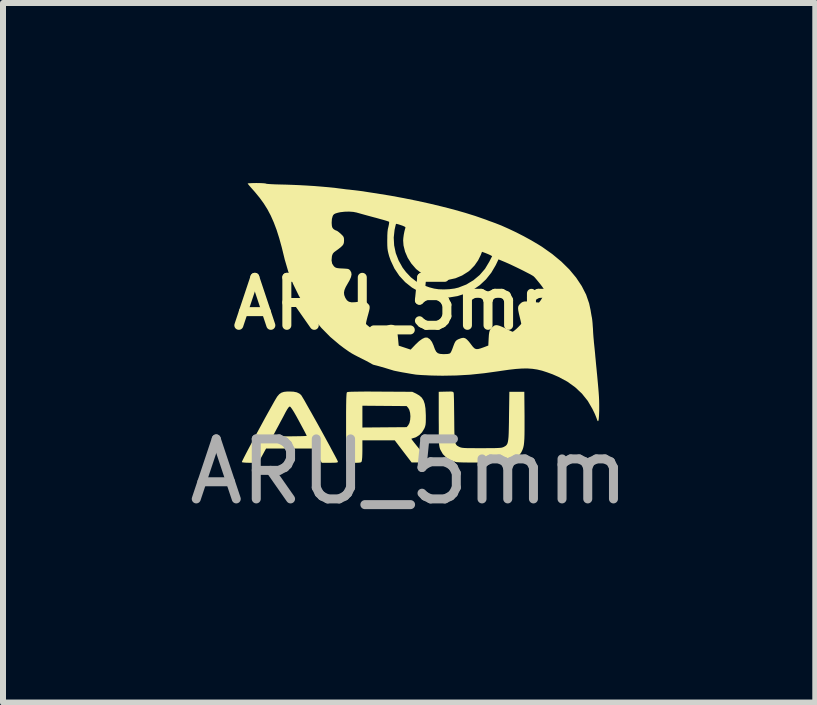
<source format=kicad_pcb>
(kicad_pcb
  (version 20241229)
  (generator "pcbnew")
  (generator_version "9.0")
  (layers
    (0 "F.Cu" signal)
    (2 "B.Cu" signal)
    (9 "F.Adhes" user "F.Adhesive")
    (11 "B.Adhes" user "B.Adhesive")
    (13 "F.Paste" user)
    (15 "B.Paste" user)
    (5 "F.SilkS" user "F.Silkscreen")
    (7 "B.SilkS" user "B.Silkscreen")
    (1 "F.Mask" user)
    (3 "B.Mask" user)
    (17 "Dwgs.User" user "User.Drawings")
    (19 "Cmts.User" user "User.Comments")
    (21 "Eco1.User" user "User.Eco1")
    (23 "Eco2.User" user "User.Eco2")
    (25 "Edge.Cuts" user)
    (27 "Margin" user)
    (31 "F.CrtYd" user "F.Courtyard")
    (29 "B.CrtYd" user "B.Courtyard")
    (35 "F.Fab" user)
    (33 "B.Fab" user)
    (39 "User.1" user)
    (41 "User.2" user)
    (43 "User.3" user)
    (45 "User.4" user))
  (footprint "ARU_5mm"
    (layer "F.Cu")
    (at 3.768 2.409)
    (property "Reference" "ARU_5mm" (at 0 -0.4 0) (unlocked yes) (layer "F.SilkS") (effects (font (size 0.8 0.8) (thickness 0.15))))
    (attr smd board_only exclude_from_pos_files exclude_from_bom allow_missing_courtyard)
    (fp_poly (pts (xy -1.927 1.068) (xy -1.872 1.079) (xy -1.83 1.099) (xy -1.801 1.123) (xy -1.791 1.138) (xy -1.771 1.171) (xy -1.743 1.218) (xy -1.709 1.279) (xy -1.669 1.35) (xy -1.624 1.429) (xy -1.576 1.515) (xy -1.526 1.604) (xy -1.475 1.696) (xy -1.425 1.787) (xy -1.377 1.875) (xy -1.331 1.959) (xy -1.29 2.036) (xy -1.254 2.103) (xy -1.224 2.159) (xy -1.202 2.201) (xy -1.19 2.227) (xy -1.187 2.235) (xy -1.19 2.243) (xy -1.202 2.248) (xy -1.226 2.251) (xy -1.265 2.252) (xy -1.322 2.253) (xy -1.456 2.253) (xy -1.522 2.134) (xy -1.588 2.015) (xy -1.986 2.015) (xy -2.384 2.015) (xy -2.449 2.134) (xy -2.514 2.253) (xy -2.647 2.253) (xy -2.706 2.252) (xy -2.751 2.249) (xy -2.78 2.245) (xy -2.788 2.241) (xy -2.784 2.229) (xy -2.77 2.2) (xy -2.748 2.156) (xy -2.718 2.098) (xy -2.682 2.029) (xy -2.641 1.952) (xy -2.596 1.868) (xy -2.566 1.812) (xy -2.273 1.812) (xy -1.99 1.812) (xy -1.913 1.811) (xy -1.843 1.81) (xy -1.785 1.809) (xy -1.741 1.807) (xy -1.714 1.805) (xy -1.707 1.803) (xy -1.712 1.791) (xy -1.727 1.762) (xy -1.749 1.719) (xy -1.778 1.665) (xy -1.812 1.602) (xy -1.836 1.557) (xy -1.883 1.471) (xy -1.921 1.405) (xy -1.951 1.358) (xy -1.972 1.329) (xy -1.985 1.316) (xy -1.986 1.316) (xy -1.998 1.319) (xy -2.012 1.333) (xy -2.031 1.361) (xy -2.057 1.406) (xy -2.072 1.435) (xy -2.105 1.498) (xy -2.144 1.57) (xy -2.182 1.642) (xy -2.205 1.684) (xy -2.273 1.812) (xy -2.566 1.812) (xy -2.549 1.779) (xy -2.5 1.689) (xy -2.451 1.599) (xy -2.403 1.51) (xy -2.357 1.427) (xy -2.314 1.35) (xy -2.276 1.282) (xy -2.244 1.225) (xy -2.218 1.181) (xy -2.201 1.153) (xy -2.196 1.146) (xy -2.164 1.109) (xy -2.129 1.085) (xy -2.086 1.071) (xy -2.029 1.065) (xy -2 1.065)) (stroke (width 0) (type solid)) (fill yes) (layer "F.SilkS"))
    (fp_poly (pts (xy -0.64 1.066) (xy -0.51 1.067) (xy -0.483 1.067) (xy 0.052 1.07) (xy 0.116 1.1) (xy 0.169 1.131) (xy 0.21 1.167) (xy 0.24 1.214) (xy 0.26 1.273) (xy 0.272 1.347) (xy 0.277 1.44) (xy 0.278 1.466) (xy 0.278 1.531) (xy 0.277 1.579) (xy 0.274 1.613) (xy 0.268 1.641) (xy 0.26 1.665) (xy 0.251 1.685) (xy 0.215 1.744) (xy 0.167 1.793) (xy 0.111 1.828) (xy 0.087 1.836) (xy 0.057 1.845) (xy 0.039 1.851) (xy 0.037 1.853) (xy 0.042 1.862) (xy 0.06 1.886) (xy 0.088 1.922) (xy 0.125 1.968) (xy 0.167 2.02) (xy 0.177 2.033) (xy 0.221 2.088) (xy 0.26 2.137) (xy 0.291 2.179) (xy 0.312 2.21) (xy 0.322 2.227) (xy 0.322 2.228) (xy 0.321 2.236) (xy 0.311 2.242) (xy 0.292 2.245) (xy 0.257 2.247) (xy 0.205 2.247) (xy 0.182 2.247) (xy 0.041 2.247) (xy -0.1 2.063) (xy -0.24 1.879) (xy -0.51 1.879) (xy -0.779 1.879) (xy -0.779 2.044) (xy -0.78 2.106) (xy -0.782 2.16) (xy -0.786 2.202) (xy -0.79 2.227) (xy -0.791 2.231) (xy -0.799 2.241) (xy -0.812 2.248) (xy -0.836 2.251) (xy -0.875 2.253) (xy -0.913 2.253) (xy -0.973 2.251) (xy -1.015 2.247) (xy -1.036 2.24) (xy -1.037 2.239) (xy -1.041 2.23) (xy -1.043 2.209) (xy -1.046 2.174) (xy -1.047 2.124) (xy -1.049 2.058) (xy -1.05 1.974) (xy -1.05 1.872) (xy -1.051 1.749) (xy -1.051 1.658) (xy -1.051 1.527) (xy -1.051 1.417) (xy -1.05 1.326) (xy -1.05 1.302) (xy -0.779 1.302) (xy -0.779 1.483) (xy -0.779 1.665) (xy -0.411 1.662) (xy -0.042 1.659) (xy -0.016 1.629) (xy 0.005 1.59) (xy 0.017 1.537) (xy 0.021 1.478) (xy 0.016 1.42) (xy 0.002 1.369) (xy -0.016 1.338) (xy -0.042 1.308) (xy -0.411 1.305) (xy -0.779 1.302) (xy -1.05 1.302) (xy -1.049 1.252) (xy -1.048 1.194) (xy -1.046 1.15) (xy -1.044 1.118) (xy -1.042 1.096) (xy -1.039 1.083) (xy -1.035 1.077) (xy -1.035 1.077) (xy -1.025 1.074) (xy -1.001 1.071) (xy -0.963 1.069) (xy -0.909 1.068) (xy -0.838 1.067) (xy -0.749 1.066)) (stroke (width 0) (type solid)) (fill yes) (layer "F.SilkS"))
    (fp_poly (pts (xy 0.704 1.066) (xy 0.724 1.069) (xy 0.735 1.074) (xy 0.74 1.083) (xy 0.742 1.09) (xy 0.744 1.107) (xy 0.745 1.144) (xy 0.747 1.198) (xy 0.748 1.266) (xy 0.749 1.346) (xy 0.75 1.434) (xy 0.751 1.506) (xy 0.752 1.618) (xy 0.753 1.709) (xy 0.755 1.782) (xy 0.758 1.839) (xy 0.762 1.883) (xy 0.768 1.916) (xy 0.777 1.94) (xy 0.788 1.957) (xy 0.802 1.97) (xy 0.82 1.98) (xy 0.835 1.988) (xy 0.849 1.994) (xy 0.866 1.999) (xy 0.887 2.003) (xy 0.917 2.006) (xy 0.956 2.008) (xy 1.009 2.009) (xy 1.078 2.009) (xy 1.166 2.01) (xy 1.206 2.01) (xy 1.302 2.009) (xy 1.379 2.009) (xy 1.438 2.008) (xy 1.483 2.006) (xy 1.516 2.004) (xy 1.54 2.001) (xy 1.558 1.996) (xy 1.572 1.991) (xy 1.576 1.989) (xy 1.596 1.978) (xy 1.613 1.967) (xy 1.626 1.952) (xy 1.637 1.933) (xy 1.645 1.906) (xy 1.651 1.869) (xy 1.656 1.82) (xy 1.659 1.758) (xy 1.661 1.679) (xy 1.663 1.581) (xy 1.664 1.478) (xy 1.67 1.07) (xy 1.795 1.07) (xy 1.919 1.07) (xy 1.923 1.472) (xy 1.923 1.595) (xy 1.923 1.698) (xy 1.922 1.784) (xy 1.92 1.853) (xy 1.916 1.91) (xy 1.911 1.956) (xy 1.903 1.994) (xy 1.893 2.026) (xy 1.881 2.054) (xy 1.868 2.08) (xy 1.828 2.136) (xy 1.778 2.179) (xy 1.713 2.213) (xy 1.691 2.222) (xy 1.673 2.229) (xy 1.654 2.234) (xy 1.633 2.238) (xy 1.607 2.242) (xy 1.573 2.244) (xy 1.529 2.246) (xy 1.472 2.247) (xy 1.399 2.248) (xy 1.309 2.249) (xy 1.229 2.249) (xy 1.134 2.249) (xy 1.044 2.249) (xy 0.963 2.248) (xy 0.893 2.247) (xy 0.837 2.245) (xy 0.799 2.243) (xy 0.782 2.241) (xy 0.695 2.213) (xy 0.621 2.168) (xy 0.562 2.109) (xy 0.52 2.035) (xy 0.516 2.025) (xy 0.51 2.008) (xy 0.506 1.991) (xy 0.502 1.97) (xy 0.499 1.943) (xy 0.497 1.908) (xy 0.495 1.863) (xy 0.494 1.805) (xy 0.494 1.731) (xy 0.494 1.64) (xy 0.493 1.529) (xy 0.493 1.517) (xy 0.493 1.07) (xy 0.615 1.067) (xy 0.668 1.066)) (stroke (width 0) (type solid)) (fill yes) (layer "F.SilkS"))
    (fp_poly (pts (xy -2.483 -2.408) (xy -2.436 -2.406) (xy -2.403 -2.403) (xy -2.387 -2.4) (xy -2.386 -2.399) (xy -2.375 -2.396) (xy -2.345 -2.393) (xy -2.297 -2.39) (xy -2.236 -2.387) (xy -2.163 -2.385) (xy -2.082 -2.383) (xy -2.072 -2.383) (xy -1.958 -2.379) (xy -1.835 -2.374) (xy -1.707 -2.367) (xy -1.58 -2.359) (xy -1.457 -2.349) (xy -1.343 -2.339) (xy -1.242 -2.329) (xy -1.16 -2.318) (xy -1.158 -2.318) (xy -1.11 -2.312) (xy -1.05 -2.304) (xy -0.988 -2.298) (xy -0.966 -2.295) (xy -0.901 -2.288) (xy -0.828 -2.279) (xy -0.761 -2.27) (xy -0.745 -2.267) (xy -0.682 -2.257) (xy -0.61 -2.246) (xy -0.542 -2.236) (xy -0.525 -2.233) (xy -0.31 -2.198) (xy -0.093 -2.158) (xy 0.125 -2.114) (xy 0.339 -2.067) (xy 0.547 -2.017) (xy 0.746 -1.966) (xy 0.932 -1.913) (xy 1.102 -1.86) (xy 1.254 -1.807) (xy 1.28 -1.798) (xy 1.331 -1.778) (xy 1.385 -1.759) (xy 1.428 -1.743) (xy 1.429 -1.743) (xy 1.536 -1.701) (xy 1.655 -1.648) (xy 1.782 -1.588) (xy 1.911 -1.522) (xy 2.035 -1.454) (xy 2.15 -1.386) (xy 2.213 -1.347) (xy 2.384 -1.226) (xy 2.536 -1.1) (xy 2.67 -0.968) (xy 2.783 -0.832) (xy 2.876 -0.692) (xy 2.949 -0.549) (xy 2.999 -0.404) (xy 3.023 -0.293) (xy 3.031 -0.243) (xy 3.04 -0.192) (xy 3.046 -0.163) (xy 3.051 -0.127) (xy 3.056 -0.077) (xy 3.06 -0.019) (xy 3.063 0.018) (xy 3.066 0.084) (xy 3.071 0.154) (xy 3.077 0.219) (xy 3.079 0.245) (xy 3.085 0.301) (xy 3.092 0.369) (xy 3.099 0.439) (xy 3.102 0.477) (xy 3.108 0.538) (xy 3.115 0.614) (xy 3.123 0.694) (xy 3.13 0.769) (xy 3.131 0.776) (xy 3.142 0.896) (xy 3.151 0.996) (xy 3.158 1.081) (xy 3.163 1.155) (xy 3.166 1.221) (xy 3.167 1.283) (xy 3.167 1.344) (xy 3.167 1.386) (xy 3.164 1.463) (xy 3.16 1.517) (xy 3.155 1.549) (xy 3.147 1.56) (xy 3.137 1.55) (xy 3.126 1.519) (xy 3.125 1.515) (xy 3.113 1.484) (xy 3.095 1.44) (xy 3.071 1.39) (xy 3.054 1.355) (xy 2.976 1.221) (xy 2.879 1.1) (xy 2.766 0.994) (xy 2.635 0.9) (xy 2.485 0.82) (xy 2.389 0.778) (xy 2.298 0.745) (xy 2.215 0.718) (xy 2.135 0.699) (xy 2.055 0.687) (xy 1.971 0.681) (xy 1.881 0.682) (xy 1.78 0.689) (xy 1.664 0.702) (xy 1.531 0.721) (xy 1.506 0.725) (xy 1.254 0.76) (xy 1.015 0.785) (xy 0.785 0.798) (xy 0.557 0.802) (xy 0.431 0.8) (xy 0.353 0.798) (xy 0.278 0.794) (xy 0.211 0.791) (xy 0.156 0.787) (xy 0.117 0.784) (xy 0.109 0.783) (xy 0.034 0.771) (xy -0.04 0.758) (xy -0.111 0.746) (xy -0.173 0.734) (xy -0.223 0.724) (xy -0.256 0.717) (xy -0.262 0.715) (xy -0.328 0.695) (xy -0.393 0.675) (xy -0.455 0.657) (xy -0.508 0.642) (xy -0.549 0.631) (xy -0.57 0.626) (xy -0.6 0.618) (xy -0.621 0.607) (xy -0.637 0.597) (xy -0.669 0.58) (xy -0.713 0.556) (xy -0.764 0.53) (xy -0.779 0.523) (xy -0.85 0.487) (xy -0.906 0.458) (xy -0.953 0.432) (xy -0.995 0.406) (xy -1.038 0.376) (xy -1.089 0.34) (xy -1.151 0.293) (xy -1.158 0.288) (xy -1.314 0.156) (xy -1.462 0.006) (xy -1.6 -0.161) (xy -1.726 -0.341) (xy -1.838 -0.531) (xy -1.935 -0.729) (xy -2.014 -0.932) (xy -2.069 -1.12) (xy -1.293 -1.12) (xy -1.283 -1.066) (xy -1.256 -1.024) (xy -1.253 -1.021) (xy -1.236 -1.006) (xy -1.218 -0.997) (xy -1.193 -0.991) (xy -1.157 -0.987) (xy -1.113 -0.985) (xy -1.062 -0.982) (xy -1.028 -0.979) (xy -1.007 -0.973) (xy -0.993 -0.963) (xy -0.983 -0.952) (xy -0.965 -0.92) (xy -0.96 -0.884) (xy -0.969 -0.842) (xy -0.993 -0.788) (xy -1.021 -0.739) (xy -1.057 -0.676) (xy -1.078 -0.626) (xy -1.086 -0.583) (xy -1.082 -0.543) (xy -1.066 -0.501) (xy -1.062 -0.493) (xy -1.037 -0.455) (xy -1.004 -0.431) (xy -0.96 -0.421) (xy -0.903 -0.423) (xy -0.868 -0.427) (xy -0.81 -0.436) (xy -0.769 -0.439) (xy -0.74 -0.436) (xy -0.717 -0.425) (xy -0.696 -0.407) (xy -0.69 -0.401) (xy -0.673 -0.383) (xy -0.662 -0.366) (xy -0.658 -0.345) (xy -0.659 -0.318) (xy -0.667 -0.28) (xy -0.681 -0.226) (xy -0.694 -0.18) (xy -0.706 -0.133) (xy -0.715 -0.094) (xy -0.719 -0.068) (xy -0.719 -0.06) (xy -0.707 -0.048) (xy -0.682 -0.027) (xy -0.65 -0.002) (xy -0.615 0.023) (xy -0.583 0.043) (xy -0.561 0.056) (xy -0.554 0.058) (xy -0.54 0.053) (xy -0.51 0.04) (xy -0.47 0.02) (xy -0.437 0.003) (xy -0.386 -0.022) (xy -0.349 -0.038) (xy -0.321 -0.046) (xy -0.296 -0.047) (xy -0.286 -0.047) (xy -0.256 -0.039) (xy -0.233 -0.023) (xy -0.216 0.005) (xy -0.203 0.048) (xy -0.193 0.109) (xy -0.186 0.171) (xy -0.174 0.301) (xy -0.074 0.334) (xy 0.025 0.367) (xy 0.107 0.281) (xy 0.165 0.226) (xy 0.218 0.188) (xy 0.263 0.167) (xy 0.3 0.166) (xy 0.304 0.167) (xy 0.345 0.193) (xy 0.38 0.239) (xy 0.408 0.301) (xy 0.409 0.306) (xy 0.43 0.363) (xy 0.451 0.402) (xy 0.477 0.426) (xy 0.514 0.438) (xy 0.565 0.442) (xy 0.586 0.442) (xy 0.638 0.44) (xy 0.67 0.434) (xy 0.684 0.426) (xy 0.698 0.406) (xy 0.713 0.373) (xy 0.72 0.355) (xy 0.741 0.297) (xy 0.757 0.257) (xy 0.772 0.23) (xy 0.788 0.213) (xy 0.808 0.2) (xy 0.825 0.192) (xy 0.868 0.176) (xy 0.902 0.17) (xy 0.933 0.177) (xy 0.962 0.198) (xy 0.996 0.234) (xy 1.032 0.281) (xy 1.063 0.321) (xy 1.089 0.346) (xy 1.115 0.358) (xy 1.147 0.358) (xy 1.189 0.347) (xy 1.246 0.327) (xy 1.319 0.299) (xy 1.325 0.181) (xy 1.329 0.119) (xy 1.336 0.074) (xy 1.346 0.042) (xy 1.362 0.016) (xy 1.386 -0.008) (xy 1.394 -0.015) (xy 1.422 -0.035) (xy 1.448 -0.041) (xy 1.477 -0.038) (xy 1.508 -0.029) (xy 1.551 -0.012) (xy 1.599 0.01) (xy 1.617 0.02) (xy 1.66 0.041) (xy 1.696 0.058) (xy 1.719 0.068) (xy 1.725 0.069) (xy 1.739 0.061) (xy 1.763 0.042) (xy 1.793 0.016) (xy 1.823 -0.013) (xy 1.849 -0.04) (xy 1.865 -0.059) (xy 1.868 -0.066) (xy 1.865 -0.081) (xy 1.858 -0.112) (xy 1.848 -0.154) (xy 1.844 -0.171) (xy 1.828 -0.237) (xy 1.818 -0.287) (xy 1.815 -0.323) (xy 1.818 -0.35) (xy 1.828 -0.371) (xy 1.845 -0.392) (xy 1.845 -0.392) (xy 1.869 -0.414) (xy 1.893 -0.428) (xy 1.922 -0.435) (xy 1.96 -0.436) (xy 2.014 -0.432) (xy 2.041 -0.429) (xy 2.089 -0.424) (xy 2.129 -0.42) (xy 2.154 -0.418) (xy 2.161 -0.417) (xy 2.171 -0.426) (xy 2.189 -0.45) (xy 2.21 -0.483) (xy 2.231 -0.52) (xy 2.249 -0.554) (xy 2.261 -0.581) (xy 2.264 -0.592) (xy 2.258 -0.612) (xy 2.244 -0.642) (xy 2.237 -0.653) (xy 2.216 -0.684) (xy 2.187 -0.722) (xy 2.153 -0.764) (xy 2.12 -0.804) (xy 2.092 -0.837) (xy 2.072 -0.856) (xy 2.072 -0.856) (xy 2.053 -0.868) (xy 2.017 -0.889) (xy 1.968 -0.914) (xy 1.91 -0.944) (xy 1.846 -0.976) (xy 1.78 -1.008) (xy 1.717 -1.038) (xy 1.659 -1.065) (xy 1.611 -1.086) (xy 1.602 -1.09) (xy 1.489 -1.137) (xy 1.442 -1.039) (xy 1.369 -0.915) (xy 1.281 -0.804) (xy 1.178 -0.708) (xy 1.063 -0.629) (xy 0.938 -0.567) (xy 0.806 -0.525) (xy 0.667 -0.502) (xy 0.544 -0.5) (xy 0.443 -0.509) (xy 0.355 -0.526) (xy 0.27 -0.553) (xy 0.178 -0.592) (xy 0.175 -0.593) (xy 0.047 -0.667) (xy -0.066 -0.757) (xy -0.164 -0.863) (xy -0.245 -0.984) (xy -0.308 -1.118) (xy -0.334 -1.192) (xy -0.346 -1.238) (xy -0.355 -1.277) (xy -0.361 -1.318) (xy -0.364 -1.366) (xy -0.365 -1.429) (xy -0.365 -1.453) (xy -0.364 -1.5) (xy -0.257 -1.5) (xy -0.25 -1.37) (xy -0.223 -1.241) (xy -0.175 -1.117) (xy -0.109 -0.999) (xy -0.053 -0.925) (xy 0.029 -0.838) (xy 0.119 -0.768) (xy 0.22 -0.713) (xy 0.336 -0.671) (xy 0.416 -0.65) (xy 0.491 -0.639) (xy 0.578 -0.636) (xy 0.67 -0.64) (xy 0.756 -0.651) (xy 0.822 -0.667) (xy 0.953 -0.718) (xy 1.071 -0.789) (xy 1.175 -0.876) (xy 1.264 -0.979) (xy 1.336 -1.099) (xy 1.337 -1.101) (xy 1.383 -1.191) (xy 1.351 -1.208) (xy 1.321 -1.222) (xy 1.282 -1.238) (xy 1.267 -1.244) (xy 1.214 -1.263) (xy 1.194 -1.211) (xy 1.149 -1.12) (xy 1.088 -1.033) (xy 1.015 -0.957) (xy 0.987 -0.934) (xy 0.882 -0.868) (xy 0.772 -0.822) (xy 0.658 -0.797) (xy 0.542 -0.792) (xy 0.428 -0.808) (xy 0.317 -0.844) (xy 0.213 -0.9) (xy 0.116 -0.976) (xy 0.109 -0.984) (xy 0.036 -1.068) (xy -0.024 -1.163) (xy -0.068 -1.265) (xy -0.094 -1.369) (xy -0.1 -1.452) (xy -0.097 -1.494) (xy -0.09 -1.546) (xy -0.08 -1.598) (xy -0.069 -1.642) (xy -0.062 -1.662) (xy -0.063 -1.673) (xy -0.078 -1.684) (xy -0.11 -1.698) (xy -0.134 -1.706) (xy -0.173 -1.719) (xy -0.203 -1.727) (xy -0.218 -1.729) (xy -0.218 -1.729) (xy -0.223 -1.716) (xy -0.23 -1.687) (xy -0.239 -1.646) (xy -0.243 -1.628) (xy -0.257 -1.5) (xy -0.364 -1.5) (xy -0.364 -1.531) (xy -0.361 -1.592) (xy -0.355 -1.641) (xy -0.345 -1.683) (xy -0.345 -1.683) (xy -0.337 -1.721) (xy -0.333 -1.75) (xy -0.335 -1.764) (xy -0.348 -1.769) (xy -0.38 -1.78) (xy -0.427 -1.794) (xy -0.486 -1.81) (xy -0.553 -1.829) (xy -0.581 -1.836) (xy -0.655 -1.856) (xy -0.725 -1.875) (xy -0.786 -1.892) (xy -0.836 -1.906) (xy -0.868 -1.915) (xy -0.874 -1.917) (xy -0.931 -1.928) (xy -1.001 -1.933) (xy -1.076 -1.931) (xy -1.146 -1.923) (xy -1.188 -1.914) (xy -1.228 -1.902) (xy -1.252 -1.889) (xy -1.267 -1.872) (xy -1.275 -1.855) (xy -1.287 -1.811) (xy -1.291 -1.753) (xy -1.291 -1.741) (xy -1.288 -1.699) (xy -1.282 -1.672) (xy -1.27 -1.653) (xy -1.26 -1.642) (xy -1.235 -1.625) (xy -1.215 -1.617) (xy -1.214 -1.617) (xy -1.197 -1.609) (xy -1.171 -1.59) (xy -1.141 -1.564) (xy -1.111 -1.535) (xy -1.094 -1.513) (xy -1.087 -1.491) (xy -1.085 -1.461) (xy -1.085 -1.451) (xy -1.087 -1.419) (xy -1.094 -1.392) (xy -1.111 -1.367) (xy -1.139 -1.34) (xy -1.181 -1.307) (xy -1.217 -1.281) (xy -1.251 -1.256) (xy -1.271 -1.233) (xy -1.282 -1.207) (xy -1.287 -1.188) (xy -1.293 -1.12) (xy -2.069 -1.12) (xy -2.074 -1.137) (xy -2.079 -1.158) (xy -2.122 -1.334) (xy -2.165 -1.49) (xy -2.209 -1.629) (xy -2.256 -1.753) (xy -2.306 -1.866) (xy -2.361 -1.97) (xy -2.423 -2.069) (xy -2.492 -2.164) (xy -2.57 -2.259) (xy -2.608 -2.302) (xy -2.642 -2.34) (xy -2.669 -2.372) (xy -2.687 -2.394) (xy -2.691 -2.401) (xy -2.681 -2.404) (xy -2.652 -2.406) (xy -2.608 -2.408) (xy -2.554 -2.409) (xy -2.539 -2.409)) (stroke (width 0) (type solid)) (fill yes) (layer "F.SilkS"))
    (fp_text user "${REFERENCE}" (at 0 2.4 0) (unlocked yes) (layer "F.Fab") (effects (font (size 1 1) (thickness 0.15)))))
  (gr_rect
    (start -3 -3)
    (end 10.536 8.657)
    (stroke (width 0.1) (type default))
    (fill no)
    (layer "Edge.Cuts")))
</source>
